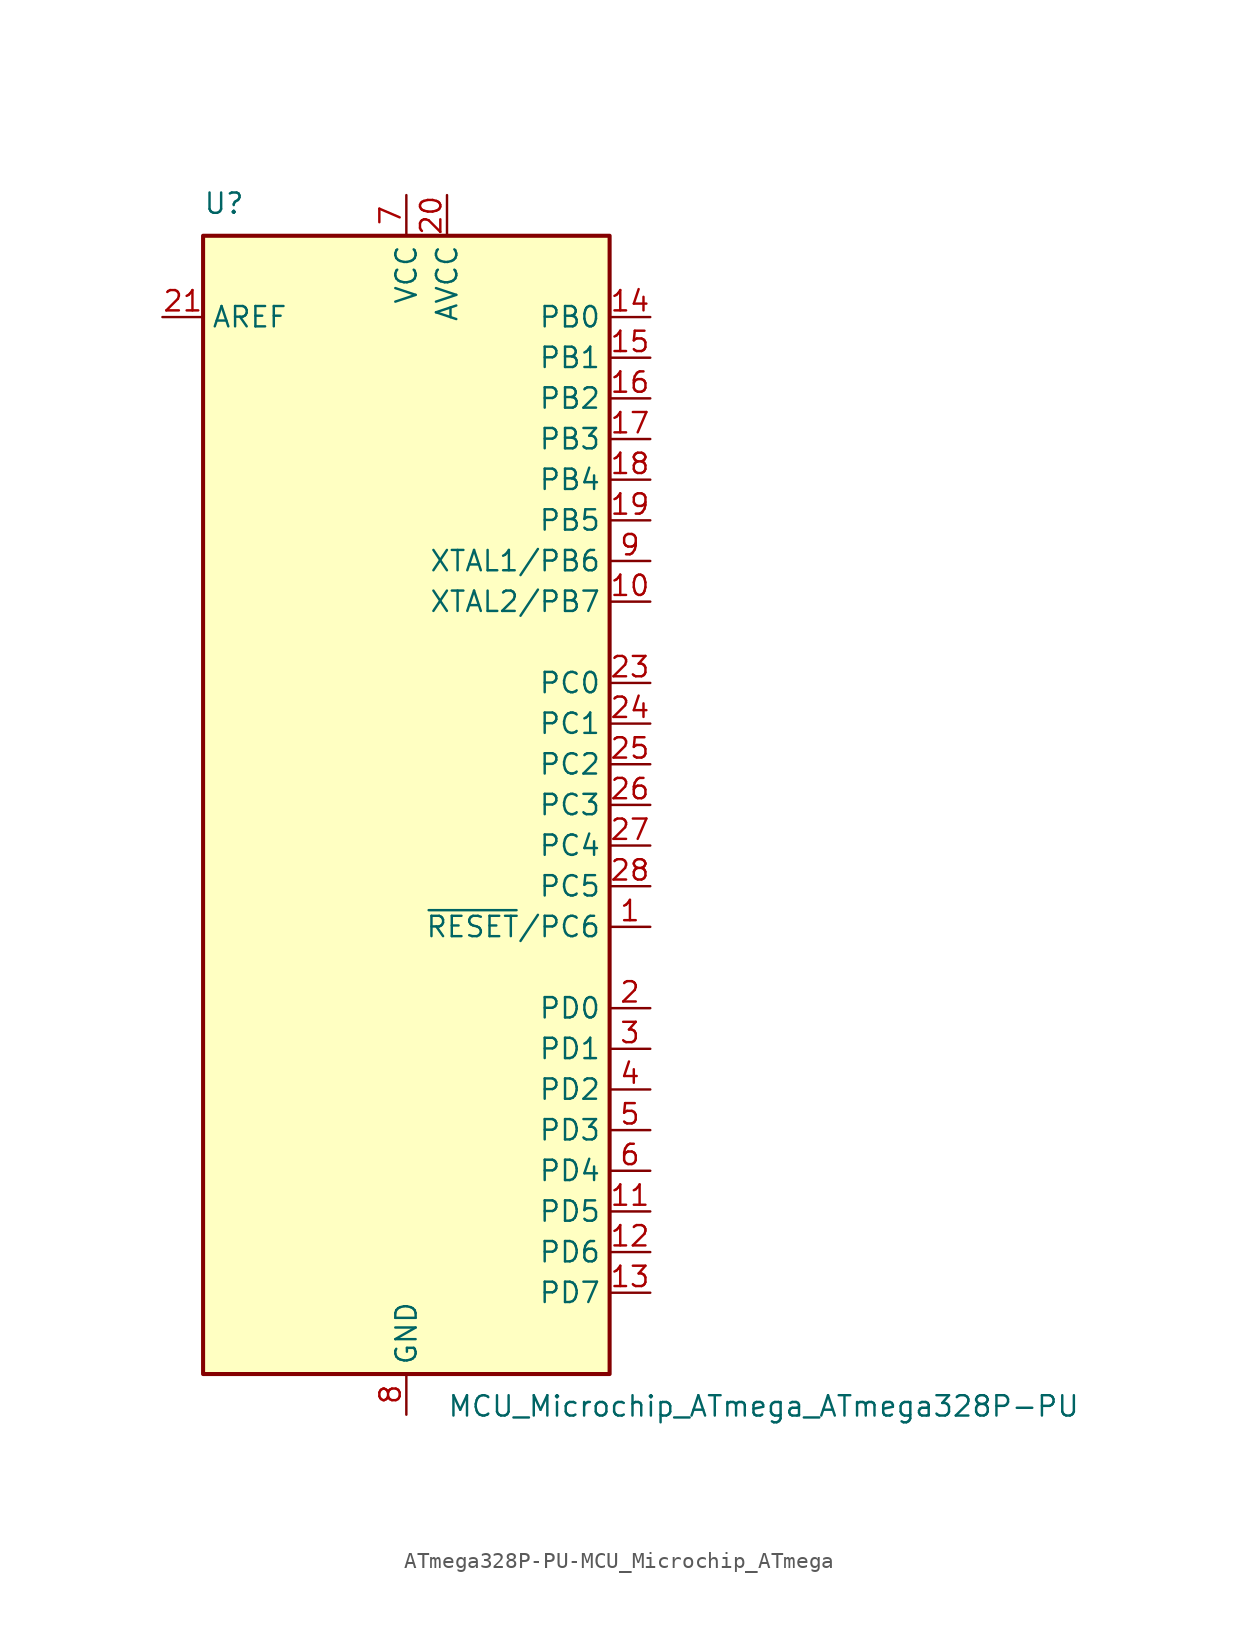
<source format=kicad_sym>
(kicad_symbol_lib
  (version 20231120)
  (generator "kicad_symbol_editor")
  (generator_version "8.0")
  (symbol "ATmega328P-PU-MCU_Microchip_ATmega"
    (property "Reference" "U"
      (at -12.7 36.83 0)
      (effects (font (size 1.27 1.27)) (justify left bottom)))
    (property "Value" "MCU_Microchip_ATmega_ATmega328P-PU"
      (at 2.54 -36.83 0)
      (effects (font (size 1.27 1.27)) (justify left top)))
    (symbol "ATmega328P-PU-MCU_Microchip_ATmega_0_1"
      (rectangle (start -12.7 -35.56) (end 12.7 35.56) (stroke (width 0.254) (type solid)) (fill (type background))))
    (symbol "ATmega328P-PU-MCU_Microchip_ATmega_1_1"
      (pin tri_state line (at 15.24 -7.62 180) (length 2.54) (name "~{RESET}/PC6" (effects (font (size 1.27 1.27)))) (number "1" (effects (font (size 1.27 1.27)))))
      (pin tri_state line (at 15.24 12.7 180) (length 2.54) (name "XTAL2/PB7" (effects (font (size 1.27 1.27)))) (number "10" (effects (font (size 1.27 1.27)))))
      (pin tri_state line (at 15.24 -25.4 180) (length 2.54) (name "PD5" (effects (font (size 1.27 1.27)))) (number "11" (effects (font (size 1.27 1.27)))))
      (pin tri_state line (at 15.24 -27.94 180) (length 2.54) (name "PD6" (effects (font (size 1.27 1.27)))) (number "12" (effects (font (size 1.27 1.27)))))
      (pin tri_state line (at 15.24 -30.48 180) (length 2.54) (name "PD7" (effects (font (size 1.27 1.27)))) (number "13" (effects (font (size 1.27 1.27)))))
      (pin tri_state line (at 15.24 30.48 180) (length 2.54) (name "PB0" (effects (font (size 1.27 1.27)))) (number "14" (effects (font (size 1.27 1.27)))))
      (pin tri_state line (at 15.24 27.94 180) (length 2.54) (name "PB1" (effects (font (size 1.27 1.27)))) (number "15" (effects (font (size 1.27 1.27)))))
      (pin tri_state line (at 15.24 25.4 180) (length 2.54) (name "PB2" (effects (font (size 1.27 1.27)))) (number "16" (effects (font (size 1.27 1.27)))))
      (pin tri_state line (at 15.24 22.86 180) (length 2.54) (name "PB3" (effects (font (size 1.27 1.27)))) (number "17" (effects (font (size 1.27 1.27)))))
      (pin tri_state line (at 15.24 20.32 180) (length 2.54) (name "PB4" (effects (font (size 1.27 1.27)))) (number "18" (effects (font (size 1.27 1.27)))))
      (pin tri_state line (at 15.24 17.78 180) (length 2.54) (name "PB5" (effects (font (size 1.27 1.27)))) (number "19" (effects (font (size 1.27 1.27)))))
      (pin tri_state line (at 15.24 -12.7 180) (length 2.54) (name "PD0" (effects (font (size 1.27 1.27)))) (number "2" (effects (font (size 1.27 1.27)))))
      (pin power_in line (at 2.54 38.1 270) (length 2.54) (name "AVCC" (effects (font (size 1.27 1.27)))) (number "20" (effects (font (size 1.27 1.27)))))
      (pin passive line (at -15.24 30.48 0) (length 2.54) (name "AREF" (effects (font (size 1.27 1.27)))) (number "21" (effects (font (size 1.27 1.27)))))
      (pin passive line (at 0 -38.1 90) (length 2.54) hide (name "GND" (effects (font (size 1.27 1.27)))) (number "22" (effects (font (size 1.27 1.27)))))
      (pin tri_state line (at 15.24 7.62 180) (length 2.54) (name "PC0" (effects (font (size 1.27 1.27)))) (number "23" (effects (font (size 1.27 1.27)))))
      (pin tri_state line (at 15.24 5.08 180) (length 2.54) (name "PC1" (effects (font (size 1.27 1.27)))) (number "24" (effects (font (size 1.27 1.27)))))
      (pin tri_state line (at 15.24 2.54 180) (length 2.54) (name "PC2" (effects (font (size 1.27 1.27)))) (number "25" (effects (font (size 1.27 1.27)))))
      (pin tri_state line (at 15.24 0 180) (length 2.54) (name "PC3" (effects (font (size 1.27 1.27)))) (number "26" (effects (font (size 1.27 1.27)))))
      (pin tri_state line (at 15.24 -2.54 180) (length 2.54) (name "PC4" (effects (font (size 1.27 1.27)))) (number "27" (effects (font (size 1.27 1.27)))))
      (pin tri_state line (at 15.24 -5.08 180) (length 2.54) (name "PC5" (effects (font (size 1.27 1.27)))) (number "28" (effects (font (size 1.27 1.27)))))
      (pin tri_state line (at 15.24 -15.24 180) (length 2.54) (name "PD1" (effects (font (size 1.27 1.27)))) (number "3" (effects (font (size 1.27 1.27)))))
      (pin tri_state line (at 15.24 -17.78 180) (length 2.54) (name "PD2" (effects (font (size 1.27 1.27)))) (number "4" (effects (font (size 1.27 1.27)))))
      (pin tri_state line (at 15.24 -20.32 180) (length 2.54) (name "PD3" (effects (font (size 1.27 1.27)))) (number "5" (effects (font (size 1.27 1.27)))))
      (pin tri_state line (at 15.24 -22.86 180) (length 2.54) (name "PD4" (effects (font (size 1.27 1.27)))) (number "6" (effects (font (size 1.27 1.27)))))
      (pin power_in line (at 0 38.1 270) (length 2.54) (name "VCC" (effects (font (size 1.27 1.27)))) (number "7" (effects (font (size 1.27 1.27)))))
      (pin power_in line (at 0 -38.1 90) (length 2.54) (name "GND" (effects (font (size 1.27 1.27)))) (number "8" (effects (font (size 1.27 1.27)))))
      (pin tri_state line (at 15.24 15.24 180) (length 2.54) (name "XTAL1/PB6" (effects (font (size 1.27 1.27)))) (number "9" (effects (font (size 1.27 1.27))))))))
</source>
